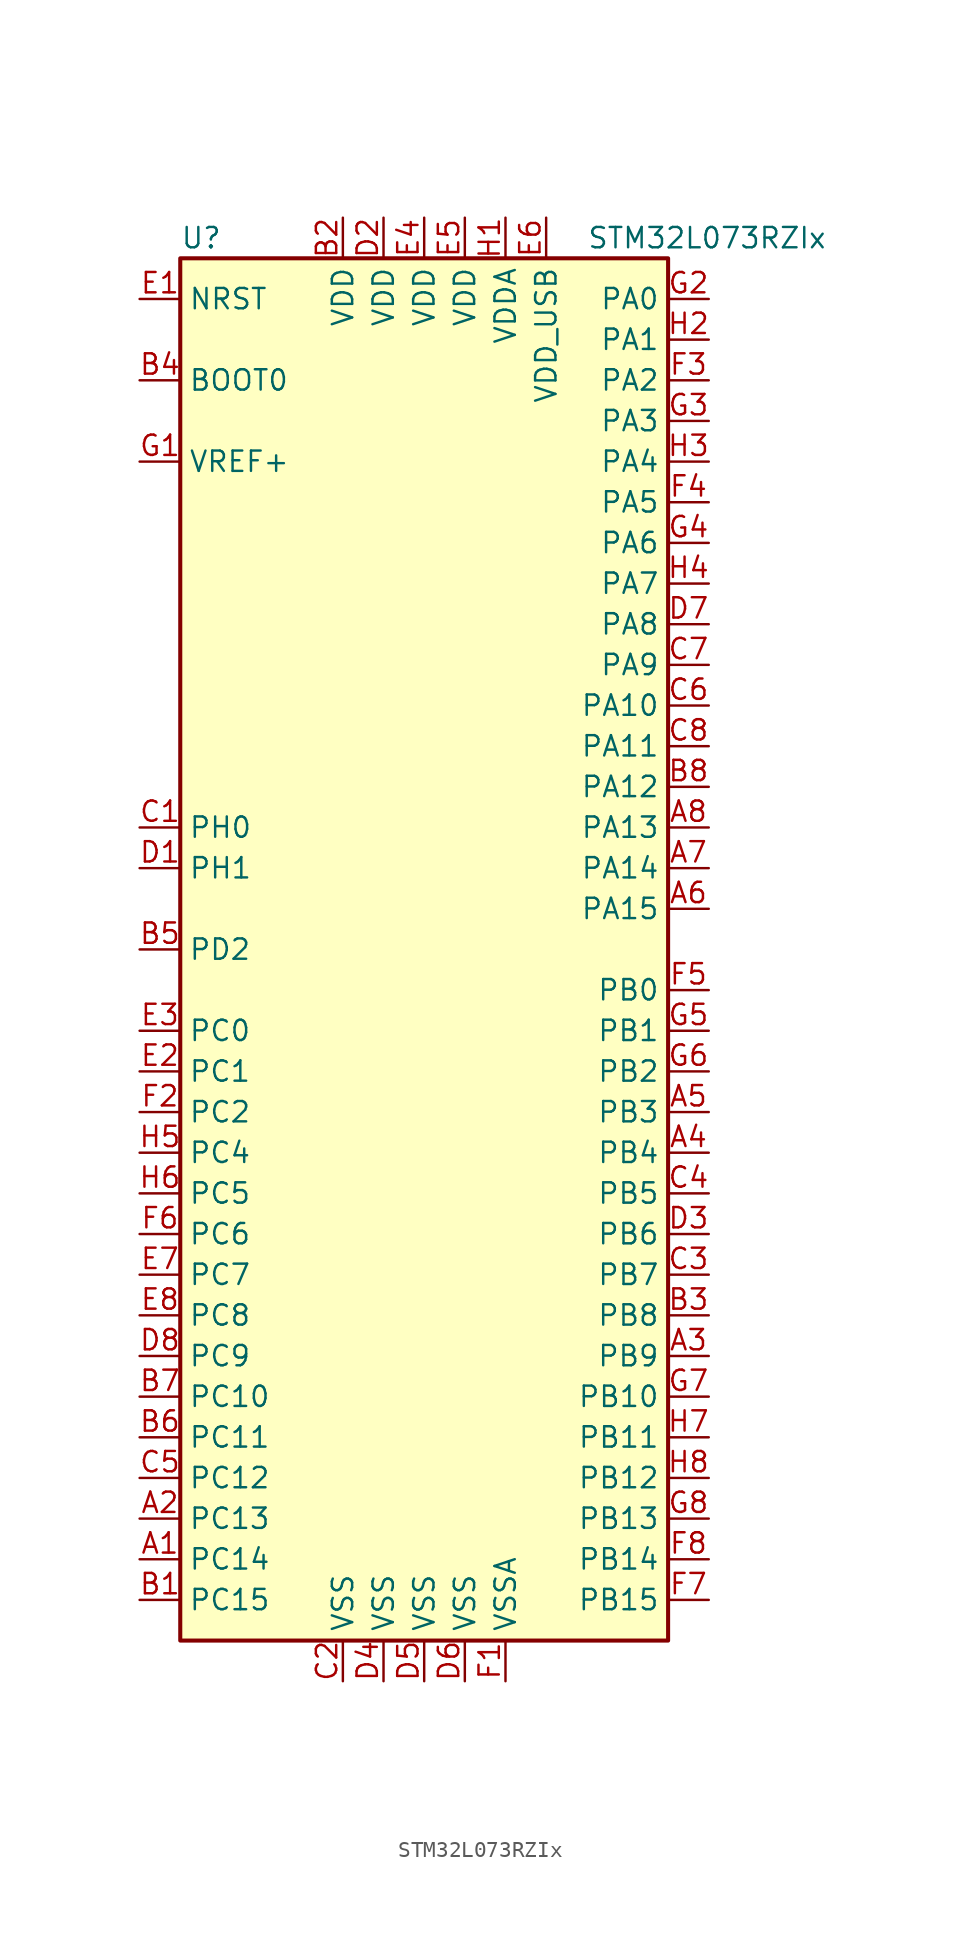
<source format=kicad_sym>
(kicad_symbol_lib
  (version 20201005)
  (generator kicad_symbol_editor)
  (symbol "STM32L073RZIx"
    (property "Reference" "U"
      (at -15.24 44.45 0)
      (effects (font (size 1.27 1.27)) (justify left)))
    (property "Value" "STM32L073RZIx"
      (at 10.16 44.45 0)
      (effects (font (size 1.27 1.27)) (justify left)))
    (symbol "STM32L073RZIx_0_1"
      (rectangle (start -15.24 -43.18) (end 15.24 43.18) (stroke (width 0.254)) (fill (type background))))
    (symbol "STM32L073RZIx_1_1"
      (pin input line (at -17.78 35.56 0) (length 2.54) (name "BOOT0" (effects (font (size 1.27 1.27)))) (number "B4" (effects (font (size 1.27 1.27)))))
      (pin input line (at -17.78 40.64 0) (length 2.54) (name "NRST" (effects (font (size 1.27 1.27)))) (number "E1" (effects (font (size 1.27 1.27)))))
      (pin bidirectional line (at 17.78 40.64 180) (length 2.54) (name "PA0" (effects (font (size 1.27 1.27)))) (number "G2" (effects (font (size 1.27 1.27)))))
      (pin bidirectional line (at 17.78 38.1 180) (length 2.54) (name "PA1" (effects (font (size 1.27 1.27)))) (number "H2" (effects (font (size 1.27 1.27)))))
      (pin bidirectional line (at 17.78 15.24 180) (length 2.54) (name "PA10" (effects (font (size 1.27 1.27)))) (number "C6" (effects (font (size 1.27 1.27)))))
      (pin bidirectional line (at 17.78 12.7 180) (length 2.54) (name "PA11" (effects (font (size 1.27 1.27)))) (number "C8" (effects (font (size 1.27 1.27)))))
      (pin bidirectional line (at 17.78 10.16 180) (length 2.54) (name "PA12" (effects (font (size 1.27 1.27)))) (number "B8" (effects (font (size 1.27 1.27)))))
      (pin bidirectional line (at 17.78 7.62 180) (length 2.54) (name "PA13" (effects (font (size 1.27 1.27)))) (number "A8" (effects (font (size 1.27 1.27)))))
      (pin bidirectional line (at 17.78 5.08 180) (length 2.54) (name "PA14" (effects (font (size 1.27 1.27)))) (number "A7" (effects (font (size 1.27 1.27)))))
      (pin bidirectional line (at 17.78 2.54 180) (length 2.54) (name "PA15" (effects (font (size 1.27 1.27)))) (number "A6" (effects (font (size 1.27 1.27)))))
      (pin bidirectional line (at 17.78 35.56 180) (length 2.54) (name "PA2" (effects (font (size 1.27 1.27)))) (number "F3" (effects (font (size 1.27 1.27)))))
      (pin bidirectional line (at 17.78 33.02 180) (length 2.54) (name "PA3" (effects (font (size 1.27 1.27)))) (number "G3" (effects (font (size 1.27 1.27)))))
      (pin bidirectional line (at 17.78 30.48 180) (length 2.54) (name "PA4" (effects (font (size 1.27 1.27)))) (number "H3" (effects (font (size 1.27 1.27)))))
      (pin bidirectional line (at 17.78 27.94 180) (length 2.54) (name "PA5" (effects (font (size 1.27 1.27)))) (number "F4" (effects (font (size 1.27 1.27)))))
      (pin bidirectional line (at 17.78 25.4 180) (length 2.54) (name "PA6" (effects (font (size 1.27 1.27)))) (number "G4" (effects (font (size 1.27 1.27)))))
      (pin bidirectional line (at 17.78 22.86 180) (length 2.54) (name "PA7" (effects (font (size 1.27 1.27)))) (number "H4" (effects (font (size 1.27 1.27)))))
      (pin bidirectional line (at 17.78 20.32 180) (length 2.54) (name "PA8" (effects (font (size 1.27 1.27)))) (number "D7" (effects (font (size 1.27 1.27)))))
      (pin bidirectional line (at 17.78 17.78 180) (length 2.54) (name "PA9" (effects (font (size 1.27 1.27)))) (number "C7" (effects (font (size 1.27 1.27)))))
      (pin bidirectional line (at 17.78 -2.54 180) (length 2.54) (name "PB0" (effects (font (size 1.27 1.27)))) (number "F5" (effects (font (size 1.27 1.27)))))
      (pin bidirectional line (at 17.78 -5.08 180) (length 2.54) (name "PB1" (effects (font (size 1.27 1.27)))) (number "G5" (effects (font (size 1.27 1.27)))))
      (pin bidirectional line (at 17.78 -27.94 180) (length 2.54) (name "PB10" (effects (font (size 1.27 1.27)))) (number "G7" (effects (font (size 1.27 1.27)))))
      (pin bidirectional line (at 17.78 -30.48 180) (length 2.54) (name "PB11" (effects (font (size 1.27 1.27)))) (number "H7" (effects (font (size 1.27 1.27)))))
      (pin bidirectional line (at 17.78 -33.02 180) (length 2.54) (name "PB12" (effects (font (size 1.27 1.27)))) (number "H8" (effects (font (size 1.27 1.27)))))
      (pin bidirectional line (at 17.78 -35.56 180) (length 2.54) (name "PB13" (effects (font (size 1.27 1.27)))) (number "G8" (effects (font (size 1.27 1.27)))))
      (pin bidirectional line (at 17.78 -38.1 180) (length 2.54) (name "PB14" (effects (font (size 1.27 1.27)))) (number "F8" (effects (font (size 1.27 1.27)))))
      (pin bidirectional line (at 17.78 -40.64 180) (length 2.54) (name "PB15" (effects (font (size 1.27 1.27)))) (number "F7" (effects (font (size 1.27 1.27)))))
      (pin bidirectional line (at 17.78 -7.62 180) (length 2.54) (name "PB2" (effects (font (size 1.27 1.27)))) (number "G6" (effects (font (size 1.27 1.27)))))
      (pin bidirectional line (at 17.78 -10.16 180) (length 2.54) (name "PB3" (effects (font (size 1.27 1.27)))) (number "A5" (effects (font (size 1.27 1.27)))))
      (pin bidirectional line (at 17.78 -12.7 180) (length 2.54) (name "PB4" (effects (font (size 1.27 1.27)))) (number "A4" (effects (font (size 1.27 1.27)))))
      (pin bidirectional line (at 17.78 -15.24 180) (length 2.54) (name "PB5" (effects (font (size 1.27 1.27)))) (number "C4" (effects (font (size 1.27 1.27)))))
      (pin bidirectional line (at 17.78 -17.78 180) (length 2.54) (name "PB6" (effects (font (size 1.27 1.27)))) (number "D3" (effects (font (size 1.27 1.27)))))
      (pin bidirectional line (at 17.78 -20.32 180) (length 2.54) (name "PB7" (effects (font (size 1.27 1.27)))) (number "C3" (effects (font (size 1.27 1.27)))))
      (pin bidirectional line (at 17.78 -22.86 180) (length 2.54) (name "PB8" (effects (font (size 1.27 1.27)))) (number "B3" (effects (font (size 1.27 1.27)))))
      (pin bidirectional line (at 17.78 -25.4 180) (length 2.54) (name "PB9" (effects (font (size 1.27 1.27)))) (number "A3" (effects (font (size 1.27 1.27)))))
      (pin bidirectional line (at -17.78 -5.08 0) (length 2.54) (name "PC0" (effects (font (size 1.27 1.27)))) (number "E3" (effects (font (size 1.27 1.27)))))
      (pin bidirectional line (at -17.78 -7.62 0) (length 2.54) (name "PC1" (effects (font (size 1.27 1.27)))) (number "E2" (effects (font (size 1.27 1.27)))))
      (pin bidirectional line (at -17.78 -27.94 0) (length 2.54) (name "PC10" (effects (font (size 1.27 1.27)))) (number "B7" (effects (font (size 1.27 1.27)))))
      (pin bidirectional line (at -17.78 -30.48 0) (length 2.54) (name "PC11" (effects (font (size 1.27 1.27)))) (number "B6" (effects (font (size 1.27 1.27)))))
      (pin bidirectional line (at -17.78 -33.02 0) (length 2.54) (name "PC12" (effects (font (size 1.27 1.27)))) (number "C5" (effects (font (size 1.27 1.27)))))
      (pin bidirectional line (at -17.78 -35.56 0) (length 2.54) (name "PC13" (effects (font (size 1.27 1.27)))) (number "A2" (effects (font (size 1.27 1.27)))))
      (pin bidirectional line (at -17.78 -38.1 0) (length 2.54) (name "PC14" (effects (font (size 1.27 1.27)))) (number "A1" (effects (font (size 1.27 1.27)))))
      (pin bidirectional line (at -17.78 -40.64 0) (length 2.54) (name "PC15" (effects (font (size 1.27 1.27)))) (number "B1" (effects (font (size 1.27 1.27)))))
      (pin bidirectional line (at -17.78 -10.16 0) (length 2.54) (name "PC2" (effects (font (size 1.27 1.27)))) (number "F2" (effects (font (size 1.27 1.27)))))
      (pin bidirectional line (at -17.78 -12.7 0) (length 2.54) (name "PC4" (effects (font (size 1.27 1.27)))) (number "H5" (effects (font (size 1.27 1.27)))))
      (pin bidirectional line (at -17.78 -15.24 0) (length 2.54) (name "PC5" (effects (font (size 1.27 1.27)))) (number "H6" (effects (font (size 1.27 1.27)))))
      (pin bidirectional line (at -17.78 -17.78 0) (length 2.54) (name "PC6" (effects (font (size 1.27 1.27)))) (number "F6" (effects (font (size 1.27 1.27)))))
      (pin bidirectional line (at -17.78 -20.32 0) (length 2.54) (name "PC7" (effects (font (size 1.27 1.27)))) (number "E7" (effects (font (size 1.27 1.27)))))
      (pin bidirectional line (at -17.78 -22.86 0) (length 2.54) (name "PC8" (effects (font (size 1.27 1.27)))) (number "E8" (effects (font (size 1.27 1.27)))))
      (pin bidirectional line (at -17.78 -25.4 0) (length 2.54) (name "PC9" (effects (font (size 1.27 1.27)))) (number "D8" (effects (font (size 1.27 1.27)))))
      (pin bidirectional line (at -17.78 0 0) (length 2.54) (name "PD2" (effects (font (size 1.27 1.27)))) (number "B5" (effects (font (size 1.27 1.27)))))
      (pin input line (at -17.78 7.62 0) (length 2.54) (name "PH0" (effects (font (size 1.27 1.27)))) (number "C1" (effects (font (size 1.27 1.27)))))
      (pin input line (at -17.78 5.08 0) (length 2.54) (name "PH1" (effects (font (size 1.27 1.27)))) (number "D1" (effects (font (size 1.27 1.27)))))
      (pin power_in line (at -5.08 45.72 270) (length 2.54) (name "VDD" (effects (font (size 1.27 1.27)))) (number "B2" (effects (font (size 1.27 1.27)))))
      (pin power_in line (at -2.54 45.72 270) (length 2.54) (name "VDD" (effects (font (size 1.27 1.27)))) (number "D2" (effects (font (size 1.27 1.27)))))
      (pin power_in line (at 0 45.72 270) (length 2.54) (name "VDD" (effects (font (size 1.27 1.27)))) (number "E4" (effects (font (size 1.27 1.27)))))
      (pin power_in line (at 2.54 45.72 270) (length 2.54) (name "VDD" (effects (font (size 1.27 1.27)))) (number "E5" (effects (font (size 1.27 1.27)))))
      (pin power_in line (at 5.08 45.72 270) (length 2.54) (name "VDDA" (effects (font (size 1.27 1.27)))) (number "H1" (effects (font (size 1.27 1.27)))))
      (pin power_in line (at 7.62 45.72 270) (length 2.54) (name "VDD_USB" (effects (font (size 1.27 1.27)))) (number "E6" (effects (font (size 1.27 1.27)))))
      (pin power_in line (at -17.78 30.48 0) (length 2.54) (name "VREF+" (effects (font (size 1.27 1.27)))) (number "G1" (effects (font (size 1.27 1.27)))))
      (pin power_in line (at -5.08 -45.72 90) (length 2.54) (name "VSS" (effects (font (size 1.27 1.27)))) (number "C2" (effects (font (size 1.27 1.27)))))
      (pin power_in line (at -2.54 -45.72 90) (length 2.54) (name "VSS" (effects (font (size 1.27 1.27)))) (number "D4" (effects (font (size 1.27 1.27)))))
      (pin power_in line (at 0 -45.72 90) (length 2.54) (name "VSS" (effects (font (size 1.27 1.27)))) (number "D5" (effects (font (size 1.27 1.27)))))
      (pin power_in line (at 2.54 -45.72 90) (length 2.54) (name "VSS" (effects (font (size 1.27 1.27)))) (number "D6" (effects (font (size 1.27 1.27)))))
      (pin power_in line (at 5.08 -45.72 90) (length 2.54) (name "VSSA" (effects (font (size 1.27 1.27)))) (number "F1" (effects (font (size 1.27 1.27))))))))
</source>
